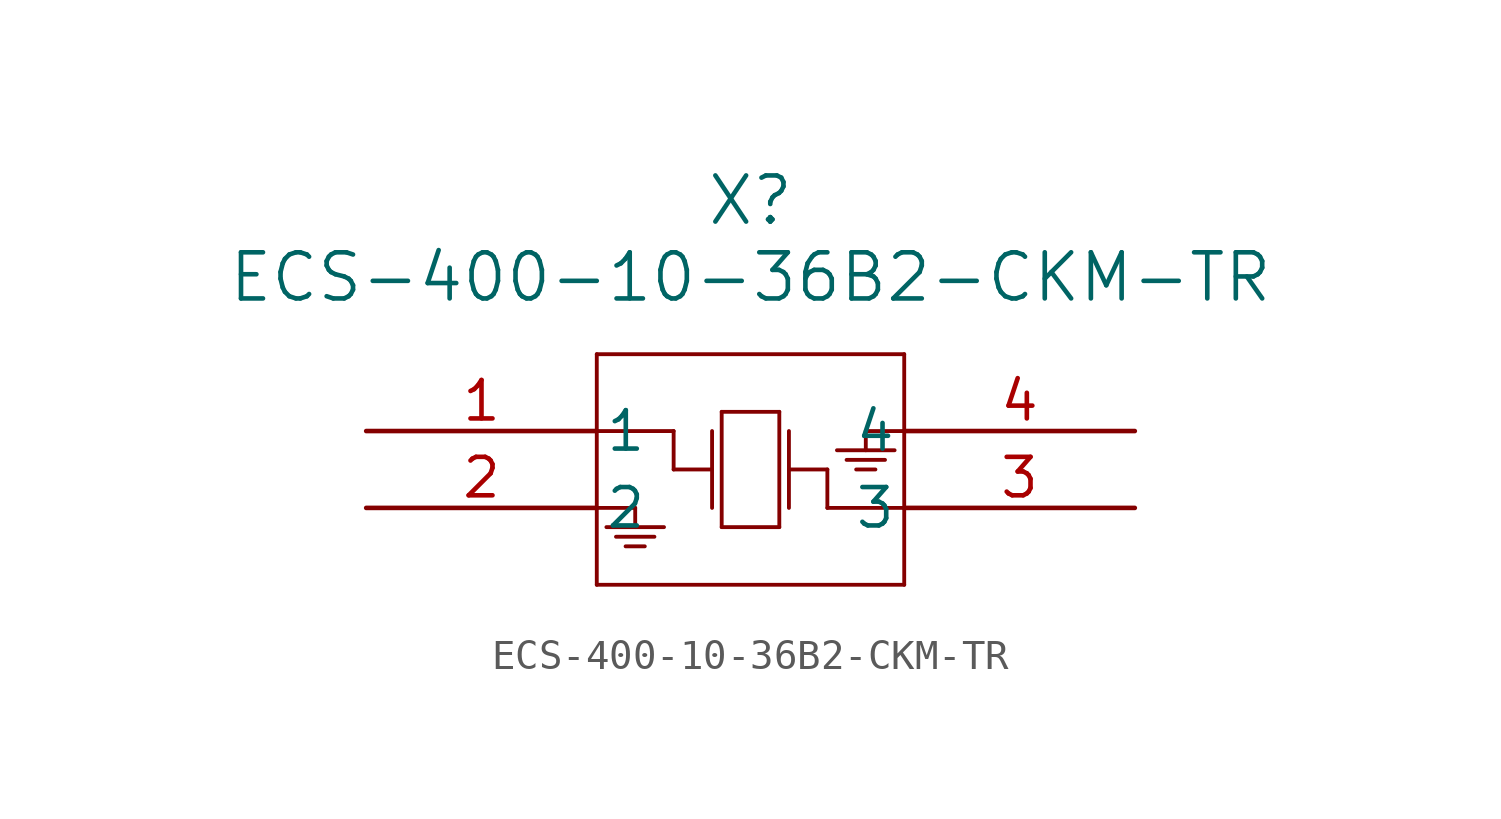
<source format=kicad_sym>
(kicad_symbol_lib
  (version 20211014)
  (generator kicad_symbol_editor)
  (symbol "ECS-400-10-36B2-CKM-TR"
    (pin_names
      (offset 0.254))
    (property "Reference" "X"
      (at 12.7 7.62 0)
      (effects (font (size 1.524 1.524))))
    (property "Value" "ECS-400-10-36B2-CKM-TR"
      (at 12.7 5.08 0)
      (effects (font (size 1.524 1.524))))
    (symbol "ECS-400-10-36B2-CKM-TR_0_1"
      (polyline (pts (xy 7.62 2.54) (xy 7.62 -5.08)) (stroke (width 0.127) (type default) (color 0 0 0 0)) (fill (type none)))
      (polyline (pts (xy 7.62 -5.08) (xy 17.78 -5.08)) (stroke (width 0.127) (type default) (color 0 0 0 0)) (fill (type none)))
      (polyline (pts (xy 17.78 -5.08) (xy 17.78 2.54)) (stroke (width 0.127) (type default) (color 0 0 0 0)) (fill (type none)))
      (polyline (pts (xy 17.78 2.54) (xy 7.62 2.54)) (stroke (width 0.127) (type default) (color 0 0 0 0)) (fill (type none)))
      (polyline (pts (xy 11.43 0) (xy 11.43 -2.54)) (stroke (width 0.127) (type default) (color 0 0 0 0)) (fill (type none)))
      (polyline (pts (xy 11.43 -1.27) (xy 10.16 -1.27)) (stroke (width 0.127) (type default) (color 0 0 0 0)) (fill (type none)))
      (polyline (pts (xy 10.16 -1.27) (xy 10.16 0)) (stroke (width 0.127) (type default) (color 0 0 0 0)) (fill (type none)))
      (polyline (pts (xy 10.16 0) (xy 7.62 0)) (stroke (width 0.127) (type default) (color 0 0 0 0)) (fill (type none)))
      (polyline (pts (xy 13.97 0) (xy 13.97 -2.54)) (stroke (width 0.127) (type default) (color 0 0 0 0)) (fill (type none)))
      (polyline (pts (xy 13.97 -1.27) (xy 15.24 -1.27)) (stroke (width 0.127) (type default) (color 0 0 0 0)) (fill (type none)))
      (polyline (pts (xy 15.24 -1.27) (xy 15.24 -2.54)) (stroke (width 0.127) (type default) (color 0 0 0 0)) (fill (type none)))
      (polyline (pts (xy 15.24 -2.54) (xy 17.78 -2.54)) (stroke (width 0.127) (type default) (color 0 0 0 0)) (fill (type none)))
      (polyline (pts (xy 11.748 0.635) (xy 11.748 -3.175)) (stroke (width 0.127) (type default) (color 0 0 0 0)) (fill (type none)))
      (polyline (pts (xy 11.748 -3.175) (xy 13.652 -3.175)) (stroke (width 0.127) (type default) (color 0 0 0 0)) (fill (type none)))
      (polyline (pts (xy 13.652 -3.175) (xy 13.652 0.635)) (stroke (width 0.127) (type default) (color 0 0 0 0)) (fill (type none)))
      (polyline (pts (xy 13.652 0.635) (xy 11.748 0.635)) (stroke (width 0.127) (type default) (color 0 0 0 0)) (fill (type none)))
      (polyline (pts (xy 7.62 -2.54) (xy 8.89 -2.54)) (stroke (width 0.127) (type default) (color 0 0 0 0)) (fill (type none)))
      (polyline (pts (xy 8.89 -2.54) (xy 8.89 -3.175)) (stroke (width 0.127) (type default) (color 0 0 0 0)) (fill (type none)))
      (polyline (pts (xy 8.572 -3.81) (xy 9.207 -3.81)) (stroke (width 0.127) (type default) (color 0 0 0 0)) (fill (type none)))
      (polyline (pts (xy 8.255 -3.493) (xy 9.525 -3.493)) (stroke (width 0.127) (type default) (color 0 0 0 0)) (fill (type none)))
      (polyline (pts (xy 7.938 -3.175) (xy 9.842 -3.175)) (stroke (width 0.127) (type default) (color 0 0 0 0)) (fill (type none)))
      (polyline (pts (xy 17.78 0) (xy 16.51 0)) (stroke (width 0.127) (type default) (color 0 0 0 0)) (fill (type none)))
      (polyline (pts (xy 16.51 0) (xy 16.51 -0.635)) (stroke (width 0.127) (type default) (color 0 0 0 0)) (fill (type none)))
      (polyline (pts (xy 16.828 -1.27) (xy 16.192 -1.27)) (stroke (width 0.127) (type default) (color 0 0 0 0)) (fill (type none)))
      (polyline (pts (xy 17.145 -0.953) (xy 15.875 -0.953)) (stroke (width 0.127) (type default) (color 0 0 0 0)) (fill (type none)))
      (polyline (pts (xy 17.462 -0.635) (xy 15.557 -0.635)) (stroke (width 0.127) (type default) (color 0 0 0 0)) (fill (type none)))
      (pin unspecified line (at 0 0 0) (length 7.62) (name "1" (effects (font (size 1.27 1.27)))) (number "1" (effects (font (size 1.27 1.27)))))
      (pin unspecified line (at 0 -2.54 0) (length 7.62) (name "2" (effects (font (size 1.27 1.27)))) (number "2" (effects (font (size 1.27 1.27)))))
      (pin unspecified line (at 25.4 -2.54 180) (length 7.62) (name "3" (effects (font (size 1.27 1.27)))) (number "3" (effects (font (size 1.27 1.27)))))
      (pin unspecified line (at 25.4 0 180) (length 7.62) (name "4" (effects (font (size 1.27 1.27)))) (number "4" (effects (font (size 1.27 1.27))))))))
</source>
